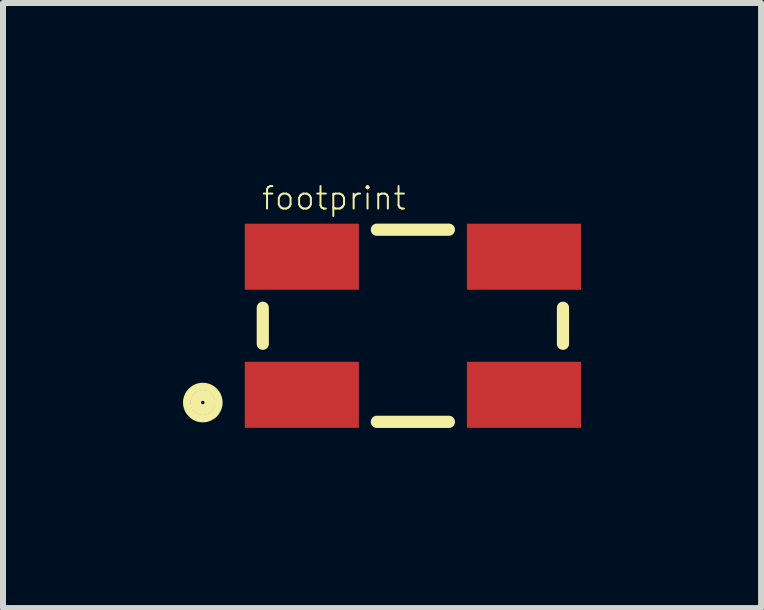
<source format=kicad_pcb>
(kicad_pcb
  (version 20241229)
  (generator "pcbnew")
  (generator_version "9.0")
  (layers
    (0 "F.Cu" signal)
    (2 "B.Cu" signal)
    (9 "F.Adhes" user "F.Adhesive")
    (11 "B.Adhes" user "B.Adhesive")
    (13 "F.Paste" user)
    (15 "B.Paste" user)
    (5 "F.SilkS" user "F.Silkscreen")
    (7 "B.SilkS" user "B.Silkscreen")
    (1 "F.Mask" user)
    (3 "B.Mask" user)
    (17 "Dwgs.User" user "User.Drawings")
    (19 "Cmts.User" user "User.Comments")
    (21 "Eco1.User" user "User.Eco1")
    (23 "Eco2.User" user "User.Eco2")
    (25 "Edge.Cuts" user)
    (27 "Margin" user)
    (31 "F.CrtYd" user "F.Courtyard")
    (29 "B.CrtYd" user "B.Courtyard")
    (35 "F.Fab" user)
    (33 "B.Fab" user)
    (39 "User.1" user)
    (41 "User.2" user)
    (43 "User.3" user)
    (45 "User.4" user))
  (footprint "footprint"
    (layer "F.Cu")
    (at 3.827 2.376)
    (property "Reference" "footprint" (at -2.54 -1.905 0) (layer "F.SilkS") (effects (font (size 0.374 0.374) (thickness 0.033)) (justify left bottom)))
    (fp_line (start -2.5 -0.3) (end -2.5 0.3) (stroke (width 0.203) (type solid)) (layer "F.SilkS"))
    (fp_line (start -0.6 -1.6) (end 0.6 -1.6) (stroke (width 0.203) (type solid)) (layer "F.SilkS"))
    (fp_line (start 0.6 1.6) (end -0.6 1.6) (stroke (width 0.203) (type solid)) (layer "F.SilkS"))
    (fp_line (start 2.5 -0.3) (end 2.5 0.3) (stroke (width 0.203) (type solid)) (layer "F.SilkS"))
    (fp_circle (center -3.499 1.279) (end -3.47 1.279) (stroke (width 0.127) (type solid)) (fill no) (layer "F.SilkS"))
    (fp_circle (center -3.499 1.279) (end -3.353 1.279) (stroke (width 0.127) (type solid)) (fill no) (layer "F.SilkS"))
    (fp_circle (center -3.499 1.279) (end -3.233 1.279) (stroke (width 0.127) (type solid)) (fill no) (layer "F.SilkS"))
    (pad "1" smd rect (at -1.85 1.15) (size 1.9 1.1) (layers "F.Cu" "F.Mask" "F.Paste"))
    (pad "2" smd rect (at 1.85 1.15) (size 1.9 1.1) (layers "F.Cu" "F.Mask" "F.Paste"))
    (pad "3" smd rect (at 1.85 -1.15) (size 1.9 1.1) (layers "F.Cu" "F.Mask" "F.Paste"))
    (pad "4" smd rect (at -1.85 -1.15) (size 1.9 1.1) (layers "F.Cu" "F.Mask" "F.Paste")))
  (gr_rect
    (start -3 -3)
    (end 9.627 7.078)
    (stroke (width 0.1) (type default))
    (fill no)
    (layer "Edge.Cuts")))
</source>
